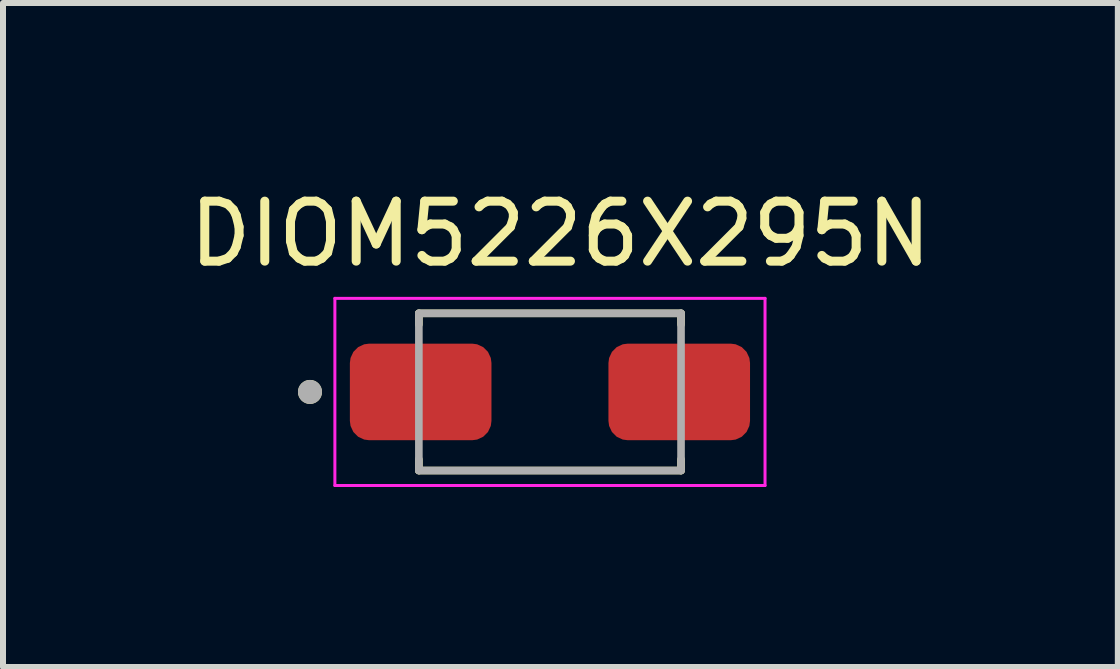
<source format=kicad_pcb>
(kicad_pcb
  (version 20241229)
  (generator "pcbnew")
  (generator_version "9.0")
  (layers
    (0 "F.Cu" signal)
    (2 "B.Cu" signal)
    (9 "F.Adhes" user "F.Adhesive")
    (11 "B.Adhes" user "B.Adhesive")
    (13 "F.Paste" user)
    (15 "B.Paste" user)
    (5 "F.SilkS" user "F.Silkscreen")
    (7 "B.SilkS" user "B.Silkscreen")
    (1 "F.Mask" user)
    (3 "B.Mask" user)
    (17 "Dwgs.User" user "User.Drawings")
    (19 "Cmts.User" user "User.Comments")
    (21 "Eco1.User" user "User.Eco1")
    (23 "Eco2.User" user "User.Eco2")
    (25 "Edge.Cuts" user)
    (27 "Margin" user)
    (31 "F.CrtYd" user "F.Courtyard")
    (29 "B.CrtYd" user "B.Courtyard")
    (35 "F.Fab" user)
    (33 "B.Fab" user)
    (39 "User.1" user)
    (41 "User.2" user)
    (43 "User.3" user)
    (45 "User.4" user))
  (footprint "DIOM5226X295N"
    (layer "F.Cu")
    (at 6.117 3.483)
    (property "Reference" "DIOM5226X295N" (at 0.175 -2.635 0) (layer "F.SilkS") (effects (font (size 1 1) (thickness 0.15))))
    (attr through_hole)
    (fp_line (start -2.185 -1.31) (end 2.185 -1.31) (stroke (width 0.127) (type solid)) (layer "F.SilkS"))
    (fp_line (start -2.185 -1.125) (end -2.185 -1.31) (stroke (width 0.127) (type solid)) (layer "F.SilkS"))
    (fp_line (start -2.185 1.125) (end -2.185 1.31) (stroke (width 0.127) (type solid)) (layer "F.SilkS"))
    (fp_line (start -2.185 1.31) (end 2.185 1.31) (stroke (width 0.127) (type solid)) (layer "F.SilkS"))
    (fp_line (start 2.185 -1.31) (end 2.185 -1.125) (stroke (width 0.127) (type solid)) (layer "F.SilkS"))
    (fp_line (start 2.185 1.31) (end 2.185 1.125) (stroke (width 0.127) (type solid)) (layer "F.SilkS"))
    (fp_circle (center -4 0) (end -3.9 0) (stroke (width 0.2) (type solid)) (fill no) (layer "F.SilkS"))
    (fp_line (start -3.585 -1.56) (end 3.585 -1.56) (stroke (width 0.05) (type solid)) (layer "F.CrtYd"))
    (fp_line (start -3.585 1.56) (end -3.585 -1.56) (stroke (width 0.05) (type solid)) (layer "F.CrtYd"))
    (fp_line (start 3.585 -1.56) (end 3.585 1.56) (stroke (width 0.05) (type solid)) (layer "F.CrtYd"))
    (fp_line (start 3.585 1.56) (end -3.585 1.56) (stroke (width 0.05) (type solid)) (layer "F.CrtYd"))
    (fp_line (start -2.185 -1.31) (end 2.185 -1.31) (stroke (width 0.127) (type solid)) (layer "F.Fab"))
    (fp_line (start -2.185 1.31) (end -2.185 -1.31) (stroke (width 0.127) (type solid)) (layer "F.Fab"))
    (fp_line (start 2.185 -1.31) (end 2.185 1.31) (stroke (width 0.127) (type solid)) (layer "F.Fab"))
    (fp_line (start 2.185 1.31) (end -2.185 1.31) (stroke (width 0.127) (type solid)) (layer "F.Fab"))
    (fp_circle (center -4 0) (end -3.9 0) (stroke (width 0.2) (type solid)) (fill no) (layer "F.Fab"))
    (pad "A" smd roundrect (at 2.155 0) (size 2.36 1.61) (layers "F.Cu" "F.Mask" "F.Paste") (roundrect_rratio 0.2))
    (pad "C" smd roundrect (at -2.155 0) (size 2.36 1.61) (layers "F.Cu" "F.Mask" "F.Paste") (roundrect_rratio 0.2)))
  (gr_rect
    (start -3 -3)
    (end 15.583 8.068)
    (stroke (width 0.1) (type default))
    (fill no)
    (layer "Edge.Cuts")))
</source>
